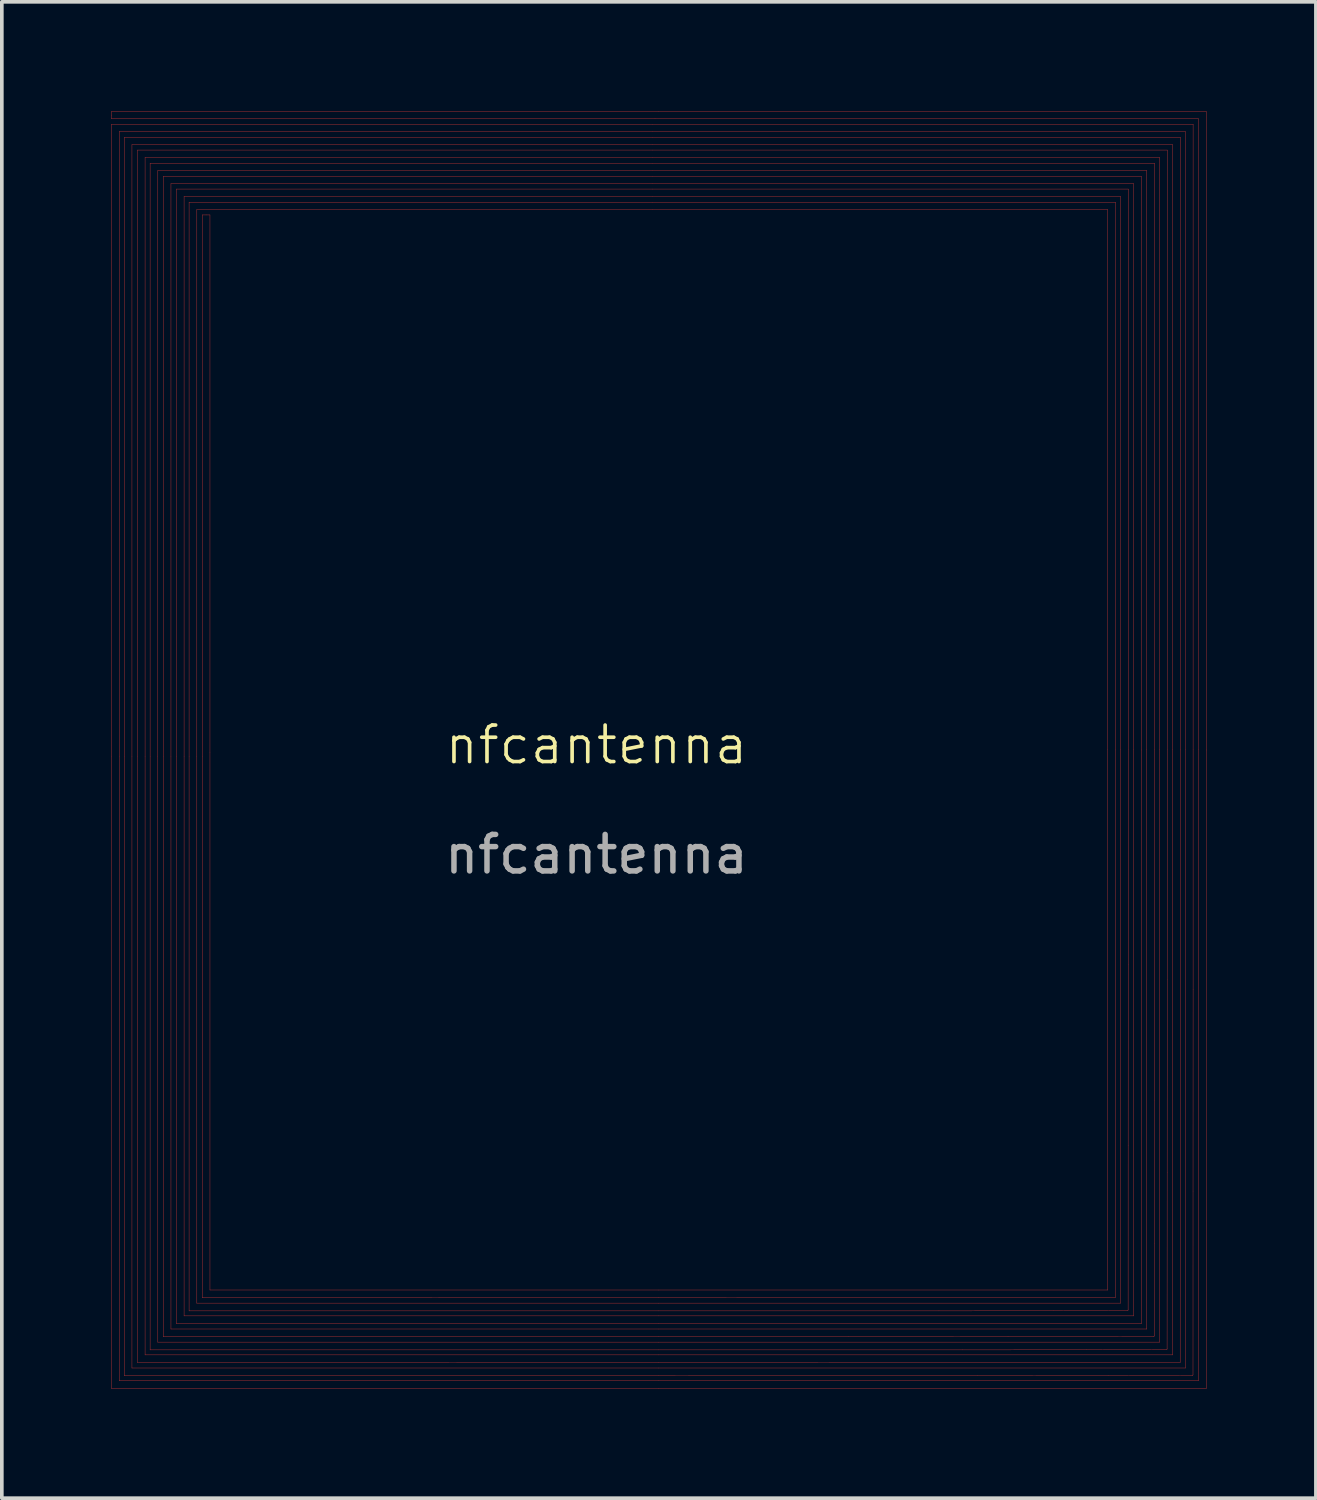
<source format=kicad_pcb>
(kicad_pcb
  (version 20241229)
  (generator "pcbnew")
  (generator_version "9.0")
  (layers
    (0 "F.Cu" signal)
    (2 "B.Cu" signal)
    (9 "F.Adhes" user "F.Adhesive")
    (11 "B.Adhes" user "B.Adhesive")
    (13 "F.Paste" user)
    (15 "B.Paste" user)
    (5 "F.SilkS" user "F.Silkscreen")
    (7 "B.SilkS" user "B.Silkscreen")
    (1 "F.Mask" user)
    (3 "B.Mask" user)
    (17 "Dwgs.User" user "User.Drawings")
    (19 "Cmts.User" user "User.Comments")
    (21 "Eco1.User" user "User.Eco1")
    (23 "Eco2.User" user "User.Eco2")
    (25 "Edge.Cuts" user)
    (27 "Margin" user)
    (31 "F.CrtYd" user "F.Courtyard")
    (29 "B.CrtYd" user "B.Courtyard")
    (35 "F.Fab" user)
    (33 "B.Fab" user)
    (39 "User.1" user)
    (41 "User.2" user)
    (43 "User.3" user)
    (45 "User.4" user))
  (footprint "nfcantenna"
    (layer "F.Cu")
    (at 14.296 19.863)
    (property "Reference" "nfcantenna" (at -1 -2.5 0) (unlocked yes) (layer "F.SilkS") (effects (font (size 1 1) (thickness 0.1))))
    (attr smd)
    (fp_line (start -14.291 -19.858) (end -14.291 -19.757) (stroke (width 0.011) (type default)) (layer "F.Cu"))
    (fp_line (start -14.291 -19.757) (end -14.291 -19.657) (stroke (width 0.011) (type default)) (layer "F.Cu"))
    (fp_line (start -14.291 -19.657) (end 0.605 -19.657) (stroke (width 0.011) (type default)) (layer "F.Cu"))
    (fp_line (start -14.291 -19.509) (end -14.291 -2.184) (stroke (width 0.011) (type default)) (layer "F.Cu"))
    (fp_line (start -14.291 -2.184) (end -14.291 15.14) (stroke (width 0.011) (type default)) (layer "F.Cu"))
    (fp_line (start -14.291 15.14) (end 0.711 15.14) (stroke (width 0.011) (type default)) (layer "F.Cu"))
    (fp_line (start -14.079 -19.308) (end 0.531 -19.308) (stroke (width 0.011) (type default)) (layer "F.Cu"))
    (fp_line (start -14.079 -2.19) (end -14.079 -19.308) (stroke (width 0.011) (type default)) (layer "F.Cu"))
    (fp_line (start -14.079 14.928) (end -14.079 -2.19) (stroke (width 0.011) (type default)) (layer "F.Cu"))
    (fp_line (start -13.941 -19.149) (end -13.941 -2.179) (stroke (width 0.011) (type default)) (layer "F.Cu"))
    (fp_line (start -13.941 -2.179) (end -13.941 14.791) (stroke (width 0.011) (type default)) (layer "F.Cu"))
    (fp_line (start -13.941 14.791) (end 0.699 14.791) (stroke (width 0.011) (type default)) (layer "F.Cu"))
    (fp_line (start -13.73 -18.948) (end 0.531 -18.948) (stroke (width 0.011) (type default)) (layer "F.Cu"))
    (fp_line (start -13.73 -2.184) (end -13.73 -18.948) (stroke (width 0.011) (type default)) (layer "F.Cu"))
    (fp_line (start -13.73 14.579) (end -13.73 -2.184) (stroke (width 0.011) (type default)) (layer "F.Cu"))
    (fp_line (start -13.582 -18.8) (end -13.582 -2.184) (stroke (width 0.011) (type default)) (layer "F.Cu"))
    (fp_line (start -13.582 -2.184) (end -13.582 14.431) (stroke (width 0.011) (type default)) (layer "F.Cu"))
    (fp_line (start -13.582 14.431) (end 0.708 14.428) (stroke (width 0.011) (type default)) (layer "F.Cu"))
    (fp_line (start -13.37 -18.599) (end 0.531 -18.599) (stroke (width 0.011) (type default)) (layer "F.Cu"))
    (fp_line (start -13.37 -2.19) (end -13.37 -18.599) (stroke (width 0.011) (type default)) (layer "F.Cu"))
    (fp_line (start -13.37 14.219) (end -13.37 -2.19) (stroke (width 0.011) (type default)) (layer "F.Cu"))
    (fp_line (start -13.232 -18.44) (end -13.232 -2.179) (stroke (width 0.011) (type default)) (layer "F.Cu"))
    (fp_line (start -13.232 -2.179) (end -13.232 14.082) (stroke (width 0.011) (type default)) (layer "F.Cu"))
    (fp_line (start -13.232 14.082) (end 0.699 14.082) (stroke (width 0.011) (type default)) (layer "F.Cu"))
    (fp_line (start -13.021 -18.239) (end 0.531 -18.239) (stroke (width 0.011) (type default)) (layer "F.Cu"))
    (fp_line (start -13.021 -2.184) (end -13.021 -18.239) (stroke (width 0.011) (type default)) (layer "F.Cu"))
    (fp_line (start -13.021 13.87) (end -13.021 -2.184) (stroke (width 0.011) (type default)) (layer "F.Cu"))
    (fp_line (start -12.873 -18.08) (end -12.873 -2.179) (stroke (width 0.011) (type default)) (layer "F.Cu"))
    (fp_line (start -12.873 -2.179) (end -12.873 13.722) (stroke (width 0.011) (type default)) (layer "F.Cu"))
    (fp_line (start -12.873 13.722) (end 0.694 13.722) (stroke (width 0.011) (type default)) (layer "F.Cu"))
    (fp_line (start -12.661 -17.879) (end 0.531 -17.879) (stroke (width 0.011) (type default)) (layer "F.Cu"))
    (fp_line (start -12.661 -2.184) (end -12.661 -17.879) (stroke (width 0.011) (type default)) (layer "F.Cu"))
    (fp_line (start -12.661 13.51) (end -12.661 -2.184) (stroke (width 0.011) (type default)) (layer "F.Cu"))
    (fp_line (start -12.513 -17.731) (end -12.513 -2.184) (stroke (width 0.011) (type default)) (layer "F.Cu"))
    (fp_line (start -12.513 -2.184) (end -12.513 13.362) (stroke (width 0.011) (type default)) (layer "F.Cu"))
    (fp_line (start -12.513 13.362) (end 0.711 13.362) (stroke (width 0.011) (type default)) (layer "F.Cu"))
    (fp_line (start -12.301 -17.53) (end 0.531 -17.53) (stroke (width 0.011) (type default)) (layer "F.Cu"))
    (fp_line (start -12.301 -2.19) (end -12.301 -17.53) (stroke (width 0.011) (type default)) (layer "F.Cu"))
    (fp_line (start -12.301 13.15) (end -12.301 -2.19) (stroke (width 0.011) (type default)) (layer "F.Cu"))
    (fp_line (start -12.164 -17.371) (end -12.164 -2.179) (stroke (width 0.011) (type default)) (layer "F.Cu"))
    (fp_line (start -12.164 -2.179) (end -12.164 13.013) (stroke (width 0.011) (type default)) (layer "F.Cu"))
    (fp_line (start -12.164 13.013) (end 0.699 13.013) (stroke (width 0.011) (type default)) (layer "F.Cu"))
    (fp_line (start -11.952 -17.17) (end 0.531 -17.17) (stroke (width 0.011) (type default)) (layer "F.Cu"))
    (fp_line (start -11.952 -2.184) (end -11.952 -17.17) (stroke (width 0.011) (type default)) (layer "F.Cu"))
    (fp_line (start -11.952 12.801) (end -11.952 -2.184) (stroke (width 0.011) (type default)) (layer "F.Cu"))
    (fp_line (start -11.804 -17.022) (end -11.804 -2.184) (stroke (width 0.011) (type default)) (layer "F.Cu"))
    (fp_line (start -11.804 -2.184) (end -11.804 12.653) (stroke (width 0.011) (type default)) (layer "F.Cu"))
    (fp_line (start -11.804 12.653) (end 0.708 12.65) (stroke (width 0.011) (type default)) (layer "F.Cu"))
    (fp_line (start -11.698 -17.022) (end -11.804 -17.022) (stroke (width 0.011) (type default)) (layer "F.Cu"))
    (fp_line (start -11.592 -17.022) (end -11.698 -17.022) (stroke (width 0.011) (type default)) (layer "F.Cu"))
    (fp_line (start -11.592 -2.29) (end -11.592 -17.022) (stroke (width 0.011) (type default)) (layer "F.Cu"))
    (fp_line (start -11.592 12.441) (end -11.592 -2.29) (stroke (width 0.011) (type default)) (layer "F.Cu"))
    (fp_line (start 0.531 -19.509) (end -14.291 -19.509) (stroke (width 0.011) (type default)) (layer "F.Cu"))
    (fp_line (start 0.531 -19.308) (end 15.141 -19.308) (stroke (width 0.011) (type default)) (layer "F.Cu"))
    (fp_line (start 0.531 -18.948) (end 14.791 -18.948) (stroke (width 0.011) (type default)) (layer "F.Cu"))
    (fp_line (start 0.531 -18.8) (end -13.582 -18.8) (stroke (width 0.011) (type default)) (layer "F.Cu"))
    (fp_line (start 0.531 -18.599) (end 14.432 -18.599) (stroke (width 0.011) (type default)) (layer "F.Cu"))
    (fp_line (start 0.531 -18.44) (end -13.232 -18.44) (stroke (width 0.011) (type default)) (layer "F.Cu"))
    (fp_line (start 0.531 -18.239) (end 14.082 -18.239) (stroke (width 0.011) (type default)) (layer "F.Cu"))
    (fp_line (start 0.531 -18.08) (end -12.873 -18.08) (stroke (width 0.011) (type default)) (layer "F.Cu"))
    (fp_line (start 0.531 -17.879) (end 13.723 -17.879) (stroke (width 0.011) (type default)) (layer "F.Cu"))
    (fp_line (start 0.531 -17.731) (end -12.513 -17.731) (stroke (width 0.011) (type default)) (layer "F.Cu"))
    (fp_line (start 0.531 -17.53) (end 13.363 -17.53) (stroke (width 0.011) (type default)) (layer "F.Cu"))
    (fp_line (start 0.531 -17.17) (end 13.013 -17.17) (stroke (width 0.011) (type default)) (layer "F.Cu"))
    (fp_line (start 0.531 -19.149) (end -13.941 -19.149) (stroke (width 0.011) (type default)) (layer "F.Cu"))
    (fp_line (start 0.531 -17.371) (end -12.164 -17.371) (stroke (width 0.011) (type default)) (layer "F.Cu"))
    (fp_line (start 0.605 -19.657) (end 15.5 -19.657) (stroke (width 0.011) (type default)) (layer "F.Cu"))
    (fp_line (start 0.694 13.722) (end 5.897 13.721) (stroke (width 0.011) (type default)) (layer "F.Cu"))
    (fp_line (start 0.699 13.013) (end 8.387 13.012) (stroke (width 0.011) (type default)) (layer "F.Cu"))
    (fp_line (start 0.699 14.082) (end 9.026 14.081) (stroke (width 0.011) (type default)) (layer "F.Cu"))
    (fp_line (start 0.699 14.791) (end 9.451 14.79) (stroke (width 0.011) (type default)) (layer "F.Cu"))
    (fp_line (start 0.705 12.801) (end -11.952 12.801) (stroke (width 0.011) (type default)) (layer "F.Cu"))
    (fp_line (start 0.705 13.87) (end -13.021 13.87) (stroke (width 0.011) (type default)) (layer "F.Cu"))
    (fp_line (start 0.705 14.579) (end -13.73 14.579) (stroke (width 0.011) (type default)) (layer "F.Cu"))
    (fp_line (start 0.708 12.65) (end 13.22 12.648) (stroke (width 0.011) (type default)) (layer "F.Cu"))
    (fp_line (start 0.708 14.428) (end 14.998 14.426) (stroke (width 0.011) (type default)) (layer "F.Cu"))
    (fp_line (start 0.711 -19.858) (end -14.291 -19.858) (stroke (width 0.011) (type default)) (layer "F.Cu"))
    (fp_line (start 0.711 12.441) (end -11.592 12.441) (stroke (width 0.011) (type default)) (layer "F.Cu"))
    (fp_line (start 0.711 13.15) (end -12.301 13.15) (stroke (width 0.011) (type default)) (layer "F.Cu"))
    (fp_line (start 0.711 13.362) (end 13.934 13.362) (stroke (width 0.011) (type default)) (layer "F.Cu"))
    (fp_line (start 0.711 13.51) (end -12.661 13.51) (stroke (width 0.011) (type default)) (layer "F.Cu"))
    (fp_line (start 0.711 14.219) (end -13.37 14.219) (stroke (width 0.011) (type default)) (layer "F.Cu"))
    (fp_line (start 0.711 14.928) (end -14.079 14.928) (stroke (width 0.011) (type default)) (layer "F.Cu"))
    (fp_line (start 0.711 15.14) (end 15.712 15.14) (stroke (width 0.011) (type default)) (layer "F.Cu"))
    (fp_line (start 5.897 13.721) (end 10.28 13.72) (stroke (width 0.011) (type default)) (layer "F.Cu"))
    (fp_line (start 8.387 13.012) (end 11.526 13.01) (stroke (width 0.011) (type default)) (layer "F.Cu"))
    (fp_line (start 9.026 14.081) (end 12.426 14.079) (stroke (width 0.011) (type default)) (layer "F.Cu"))
    (fp_line (start 9.451 14.79) (end 13.023 14.788) (stroke (width 0.011) (type default)) (layer "F.Cu"))
    (fp_line (start 10.28 13.72) (end 14.263 13.718) (stroke (width 0.011) (type default)) (layer "F.Cu"))
    (fp_line (start 11.526 13.01) (end 13.551 13.007) (stroke (width 0.011) (type default)) (layer "F.Cu"))
    (fp_line (start 12.426 14.079) (end 14.62 14.076) (stroke (width 0.011) (type default)) (layer "F.Cu"))
    (fp_line (start 13.013 -17.17) (end 13.013 -2.364) (stroke (width 0.011) (type default)) (layer "F.Cu"))
    (fp_line (start 13.013 -2.364) (end 13.013 12.441) (stroke (width 0.011) (type default)) (layer "F.Cu"))
    (fp_line (start 13.013 12.441) (end 0.711 12.441) (stroke (width 0.011) (type default)) (layer "F.Cu"))
    (fp_line (start 13.023 14.788) (end 15.329 14.785) (stroke (width 0.011) (type default)) (layer "F.Cu"))
    (fp_line (start 13.22 12.648) (end 13.222 -2.362) (stroke (width 0.011) (type default)) (layer "F.Cu"))
    (fp_line (start 13.222 -2.362) (end 13.225 -17.371) (stroke (width 0.011) (type default)) (layer "F.Cu"))
    (fp_line (start 13.225 -17.371) (end 0.531 -17.371) (stroke (width 0.011) (type default)) (layer "F.Cu"))
    (fp_line (start 13.363 -17.53) (end 13.363 -2.364) (stroke (width 0.011) (type default)) (layer "F.Cu"))
    (fp_line (start 13.363 -2.364) (end 13.363 12.801) (stroke (width 0.011) (type default)) (layer "F.Cu"))
    (fp_line (start 13.363 12.801) (end 0.705 12.801) (stroke (width 0.011) (type default)) (layer "F.Cu"))
    (fp_line (start 13.571 12.982) (end 13.572 8.474) (stroke (width 0.011) (type default)) (layer "F.Cu"))
    (fp_line (start 13.572 8.474) (end 13.574 3.513) (stroke (width 0.011) (type default)) (layer "F.Cu"))
    (fp_line (start 13.574 3.513) (end 13.574 -2.376) (stroke (width 0.011) (type default)) (layer "F.Cu"))
    (fp_line (start 13.574 -17.731) (end 0.531 -17.731) (stroke (width 0.011) (type default)) (layer "F.Cu"))
    (fp_line (start 13.574 -2.376) (end 13.574 -17.731) (stroke (width 0.011) (type default)) (layer "F.Cu"))
    (fp_line (start 13.723 -17.879) (end 13.723 -2.364) (stroke (width 0.011) (type default)) (layer "F.Cu"))
    (fp_line (start 13.723 -2.364) (end 13.723 13.15) (stroke (width 0.011) (type default)) (layer "F.Cu"))
    (fp_line (start 13.723 13.15) (end 0.711 13.15) (stroke (width 0.011) (type default)) (layer "F.Cu"))
    (fp_line (start 13.934 -18.08) (end 0.531 -18.08) (stroke (width 0.011) (type default)) (layer "F.Cu"))
    (fp_line (start 13.934 -2.359) (end 13.934 -18.08) (stroke (width 0.011) (type default)) (layer "F.Cu"))
    (fp_line (start 13.934 13.362) (end 13.934 -2.359) (stroke (width 0.011) (type default)) (layer "F.Cu"))
    (fp_line (start 14.082 -18.239) (end 14.082 -2.364) (stroke (width 0.011) (type default)) (layer "F.Cu"))
    (fp_line (start 14.082 -2.364) (end 14.082 13.51) (stroke (width 0.011) (type default)) (layer "F.Cu"))
    (fp_line (start 14.082 13.51) (end 0.711 13.51) (stroke (width 0.011) (type default)) (layer "F.Cu"))
    (fp_line (start 14.289 13.699) (end 14.291 11.166) (stroke (width 0.011) (type default)) (layer "F.Cu"))
    (fp_line (start 14.291 11.166) (end 14.294 7.244) (stroke (width 0.011) (type default)) (layer "F.Cu"))
    (fp_line (start 14.294 7.244) (end 14.294 -2.365) (stroke (width 0.011) (type default)) (layer "F.Cu"))
    (fp_line (start 14.294 -18.44) (end 0.531 -18.44) (stroke (width 0.011) (type default)) (layer "F.Cu"))
    (fp_line (start 14.294 -2.365) (end 14.294 -18.44) (stroke (width 0.011) (type default)) (layer "F.Cu"))
    (fp_line (start 14.432 -18.599) (end 14.432 -2.364) (stroke (width 0.011) (type default)) (layer "F.Cu"))
    (fp_line (start 14.432 -2.364) (end 14.432 13.87) (stroke (width 0.011) (type default)) (layer "F.Cu"))
    (fp_line (start 14.432 13.87) (end 0.705 13.87) (stroke (width 0.011) (type default)) (layer "F.Cu"))
    (fp_line (start 14.639 14.051) (end 14.641 9.229) (stroke (width 0.011) (type default)) (layer "F.Cu"))
    (fp_line (start 14.641 9.229) (end 14.643 3.923) (stroke (width 0.011) (type default)) (layer "F.Cu"))
    (fp_line (start 14.643 3.923) (end 14.643 -2.376) (stroke (width 0.011) (type default)) (layer "F.Cu"))
    (fp_line (start 14.643 -18.8) (end 0.531 -18.8) (stroke (width 0.011) (type default)) (layer "F.Cu"))
    (fp_line (start 14.643 -2.376) (end 14.643 -18.8) (stroke (width 0.011) (type default)) (layer "F.Cu"))
    (fp_line (start 14.791 -18.948) (end 14.791 -2.364) (stroke (width 0.011) (type default)) (layer "F.Cu"))
    (fp_line (start 14.791 -2.364) (end 14.791 14.219) (stroke (width 0.011) (type default)) (layer "F.Cu"))
    (fp_line (start 14.791 14.219) (end 0.711 14.219) (stroke (width 0.011) (type default)) (layer "F.Cu"))
    (fp_line (start 14.998 14.426) (end 15 -2.362) (stroke (width 0.011) (type default)) (layer "F.Cu"))
    (fp_line (start 15 -2.362) (end 15.003 -19.149) (stroke (width 0.011) (type default)) (layer "F.Cu"))
    (fp_line (start 15.003 -19.149) (end 0.531 -19.149) (stroke (width 0.011) (type default)) (layer "F.Cu"))
    (fp_line (start 15.141 -19.308) (end 15.141 -2.364) (stroke (width 0.011) (type default)) (layer "F.Cu"))
    (fp_line (start 15.141 -2.364) (end 15.141 14.579) (stroke (width 0.011) (type default)) (layer "F.Cu"))
    (fp_line (start 15.141 14.579) (end 0.705 14.579) (stroke (width 0.011) (type default)) (layer "F.Cu"))
    (fp_line (start 15.349 14.76) (end 15.35 9.729) (stroke (width 0.011) (type default)) (layer "F.Cu"))
    (fp_line (start 15.35 9.729) (end 15.352 4.195) (stroke (width 0.011) (type default)) (layer "F.Cu"))
    (fp_line (start 15.352 4.195) (end 15.352 -2.376) (stroke (width 0.011) (type default)) (layer "F.Cu"))
    (fp_line (start 15.352 -19.509) (end 0.531 -19.509) (stroke (width 0.011) (type default)) (layer "F.Cu"))
    (fp_line (start 15.352 -2.376) (end 15.352 -19.509) (stroke (width 0.011) (type default)) (layer "F.Cu"))
    (fp_line (start 15.5 -19.657) (end 15.5 -2.364) (stroke (width 0.011) (type default)) (layer "F.Cu"))
    (fp_line (start 15.5 -2.364) (end 15.5 14.928) (stroke (width 0.011) (type default)) (layer "F.Cu"))
    (fp_line (start 15.5 14.928) (end 0.711 14.928) (stroke (width 0.011) (type default)) (layer "F.Cu"))
    (fp_line (start 15.712 -19.858) (end 0.711 -19.858) (stroke (width 0.011) (type default)) (layer "F.Cu"))
    (fp_line (start 15.712 -2.359) (end 15.712 -19.858) (stroke (width 0.011) (type default)) (layer "F.Cu"))
    (fp_line (start 15.712 15.14) (end 15.712 -2.359) (stroke (width 0.011) (type default)) (layer "F.Cu"))
    (fp_arc (start 13.567914 12.996077) (mid 13.561417 13.004357) (end 13.551373 13.007463) (stroke (width 0.010583) (type default)) (layer "F.Cu"))
    (fp_arc (start 13.570563 12.981799) (mid 13.56989 12.989059) (end 13.567914 12.996077) (stroke (width 0.010583) (type default)) (layer "F.Cu"))
    (fp_arc (start 14.277242 13.715454) (mid 14.270226 13.717432) (end 14.262967 13.718103) (stroke (width 0.010583) (type default)) (layer "F.Cu"))
    (fp_arc (start 14.288641 13.69889) (mid 14.28551 13.708943) (end 14.277242 13.715454) (stroke (width 0.010583) (type default)) (layer "F.Cu"))
    (fp_arc (start 14.636797 14.06496) (mid 14.63028 14.073199) (end 14.620247 14.076351) (stroke (width 0.010583) (type default)) (layer "F.Cu"))
    (fp_arc (start 14.639446 14.05068) (mid 14.638776 14.057941) (end 14.636797 14.06496) (stroke (width 0.010583) (type default)) (layer "F.Cu"))
    (fp_arc (start 15.345858 14.774021) (mid 15.339352 14.782302) (end 15.329303 14.785415) (stroke (width 0.010583) (type default)) (layer "F.Cu"))
    (fp_arc (start 15.348507 14.75974) (mid 15.347843 14.767004) (end 15.345858 14.774021) (stroke (width 0.010583) (type default)) (layer "F.Cu"))
    (fp_text user "${REFERENCE}" (at -1 0.5 0) (unlocked yes) (layer "F.Fab") (effects (font (size 1 1) (thickness 0.15)))))
  (gr_rect
    (start -3 -3)
    (end 33.013 38.009)
    (stroke (width 0.1) (type default))
    (fill no)
    (layer "Edge.Cuts")))
</source>
